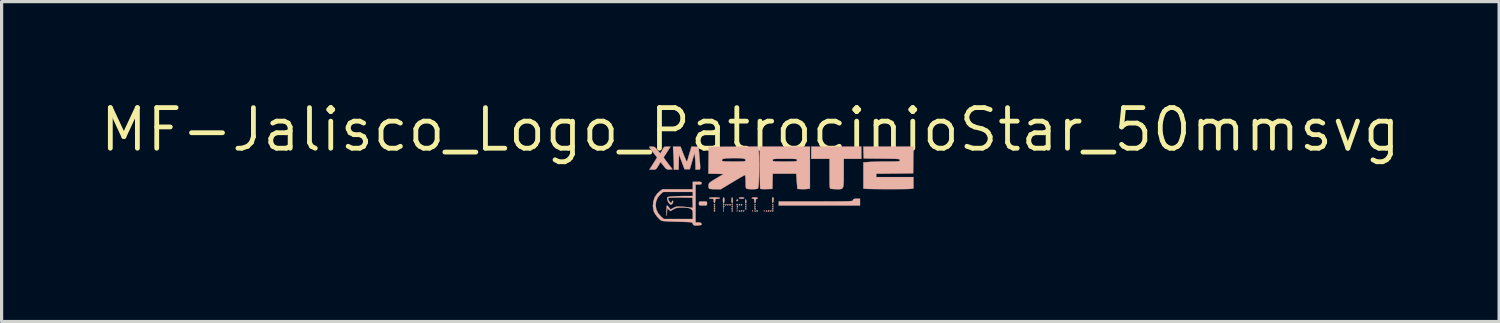
<source format=kicad_pcb>
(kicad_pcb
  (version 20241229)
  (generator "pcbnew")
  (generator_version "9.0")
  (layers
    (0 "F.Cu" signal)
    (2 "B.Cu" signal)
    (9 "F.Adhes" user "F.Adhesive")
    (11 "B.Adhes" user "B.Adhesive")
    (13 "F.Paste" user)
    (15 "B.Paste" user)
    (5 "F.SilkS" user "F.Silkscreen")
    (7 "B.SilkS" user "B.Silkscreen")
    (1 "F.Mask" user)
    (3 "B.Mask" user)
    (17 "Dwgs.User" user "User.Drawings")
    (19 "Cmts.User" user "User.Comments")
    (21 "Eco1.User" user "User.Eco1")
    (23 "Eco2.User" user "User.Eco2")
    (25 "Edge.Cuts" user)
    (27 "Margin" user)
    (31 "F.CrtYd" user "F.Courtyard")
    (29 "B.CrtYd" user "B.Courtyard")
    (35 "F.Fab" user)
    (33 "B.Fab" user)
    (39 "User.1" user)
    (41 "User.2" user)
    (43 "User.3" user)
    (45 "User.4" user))
  (footprint "MF-Jalisco_Logo_PatrocinioStar_50mmsvg"
    (layer "F.Cu")
    (at 20.418 1.006)
    (property "Reference" "MF-Jalisco_Logo_PatrocinioStar_50mmsvg" (at 0 0 0) (layer "F.SilkS") (effects (font (size 1.27 1.27) (thickness 0.15))))
    (attr through_hole)
    (fp_poly (pts (xy -0.833 2.462) (xy -0.83 2.488) (xy -0.833 2.491) (xy -0.845 2.488) (xy -0.847 2.477) (xy -0.839 2.459) (xy -0.833 2.462)) (stroke (width 0.01) (type solid)) (fill yes) (layer "B.SilkS"))
    (fp_poly (pts (xy -0.833 2.526) (xy -0.83 2.551) (xy -0.833 2.554) (xy -0.845 2.551) (xy -0.847 2.54) (xy -0.839 2.523) (xy -0.833 2.526)) (stroke (width 0.01) (type solid)) (fill yes) (layer "B.SilkS"))
    (fp_poly (pts (xy -0.409 2.462) (xy -0.407 2.488) (xy -0.409 2.491) (xy -0.422 2.488) (xy -0.423 2.477) (xy -0.416 2.459) (xy -0.409 2.462)) (stroke (width 0.01) (type solid)) (fill yes) (layer "B.SilkS"))
    (fp_poly (pts (xy -0.409 2.526) (xy -0.407 2.551) (xy -0.409 2.554) (xy -0.422 2.551) (xy -0.423 2.54) (xy -0.416 2.523) (xy -0.409 2.526)) (stroke (width 0.01) (type solid)) (fill yes) (layer "B.SilkS"))
    (fp_poly (pts (xy 0.078 2.526) (xy 0.08 2.551) (xy 0.078 2.554) (xy 0.065 2.551) (xy 0.064 2.54) (xy 0.071 2.523) (xy 0.078 2.526)) (stroke (width 0.01) (type solid)) (fill yes) (layer "B.SilkS"))
    (fp_poly (pts (xy 0.437 2.526) (xy 0.44 2.551) (xy 0.437 2.554) (xy 0.425 2.551) (xy 0.423 2.54) (xy 0.431 2.523) (xy 0.437 2.526)) (stroke (width 0.01) (type solid)) (fill yes) (layer "B.SilkS"))
    (fp_poly (pts (xy -0.384 2.206) (xy -0.396 2.225) (xy -0.422 2.235) (xy -0.432 2.226) (xy -0.43 2.197) (xy -0.422 2.19) (xy -0.392 2.185) (xy -0.384 2.206)) (stroke (width 0.01) (type solid)) (fill yes) (layer "B.SilkS"))
    (fp_poly (pts (xy -1.101 2.344) (xy -1.101 2.349) (xy -1.117 2.37) (xy -1.122 2.371) (xy -1.142 2.355) (xy -1.143 2.349) (xy -1.127 2.329) (xy -1.122 2.328) (xy -1.101 2.344)) (stroke (width 0.01) (type solid)) (fill yes) (layer "B.SilkS"))
    (fp_poly (pts (xy -1.101 2.408) (xy -1.101 2.413) (xy -1.117 2.434) (xy -1.122 2.434) (xy -1.142 2.418) (xy -1.143 2.413) (xy -1.127 2.392) (xy -1.122 2.392) (xy -1.101 2.408)) (stroke (width 0.01) (type solid)) (fill yes) (layer "B.SilkS"))
    (fp_poly (pts (xy -1.101 2.471) (xy -1.101 2.477) (xy -1.117 2.497) (xy -1.122 2.498) (xy -1.142 2.482) (xy -1.143 2.477) (xy -1.127 2.456) (xy -1.122 2.455) (xy -1.101 2.471)) (stroke (width 0.01) (type solid)) (fill yes) (layer "B.SilkS"))
    (fp_poly (pts (xy -1.101 2.535) (xy -1.101 2.54) (xy -1.117 2.561) (xy -1.122 2.561) (xy -1.142 2.545) (xy -1.143 2.54) (xy -1.127 2.519) (xy -1.122 2.519) (xy -1.101 2.535)) (stroke (width 0.01) (type solid)) (fill yes) (layer "B.SilkS"))
    (fp_poly (pts (xy -0.813 2.338) (xy -0.815 2.349) (xy -0.833 2.37) (xy -0.836 2.371) (xy -0.853 2.356) (xy -0.857 2.349) (xy -0.852 2.332) (xy -0.836 2.328) (xy -0.813 2.338)) (stroke (width 0.01) (type solid)) (fill yes) (layer "B.SilkS"))
    (fp_poly (pts (xy -0.813 2.402) (xy -0.815 2.413) (xy -0.833 2.433) (xy -0.836 2.434) (xy -0.853 2.419) (xy -0.857 2.413) (xy -0.852 2.395) (xy -0.836 2.392) (xy -0.813 2.402)) (stroke (width 0.01) (type solid)) (fill yes) (layer "B.SilkS"))
    (fp_poly (pts (xy -0.748 2.341) (xy -0.751 2.349) (xy -0.77 2.37) (xy -0.774 2.371) (xy -0.783 2.354) (xy -0.783 2.349) (xy -0.767 2.329) (xy -0.761 2.328) (xy -0.748 2.341)) (stroke (width 0.01) (type solid)) (fill yes) (layer "B.SilkS"))
    (fp_poly (pts (xy -0.685 2.341) (xy -0.688 2.349) (xy -0.707 2.37) (xy -0.71 2.371) (xy -0.719 2.354) (xy -0.72 2.349) (xy -0.703 2.329) (xy -0.697 2.328) (xy -0.685 2.341)) (stroke (width 0.01) (type solid)) (fill yes) (layer "B.SilkS"))
    (fp_poly (pts (xy -0.614 2.344) (xy -0.614 2.349) (xy -0.63 2.37) (xy -0.635 2.371) (xy -0.656 2.355) (xy -0.656 2.349) (xy -0.64 2.329) (xy -0.635 2.328) (xy -0.614 2.344)) (stroke (width 0.01) (type solid)) (fill yes) (layer "B.SilkS"))
    (fp_poly (pts (xy -0.551 2.344) (xy -0.55 2.349) (xy -0.558 2.37) (xy -0.56 2.371) (xy -0.578 2.356) (xy -0.582 2.349) (xy -0.58 2.33) (xy -0.573 2.328) (xy -0.551 2.344)) (stroke (width 0.01) (type solid)) (fill yes) (layer "B.SilkS"))
    (fp_poly (pts (xy -0.551 2.407) (xy -0.55 2.413) (xy -0.558 2.434) (xy -0.56 2.434) (xy -0.578 2.419) (xy -0.582 2.413) (xy -0.58 2.393) (xy -0.573 2.392) (xy -0.551 2.407)) (stroke (width 0.01) (type solid)) (fill yes) (layer "B.SilkS"))
    (fp_poly (pts (xy -0.551 2.471) (xy -0.55 2.477) (xy -0.566 2.497) (xy -0.572 2.498) (xy -0.592 2.482) (xy -0.593 2.477) (xy -0.577 2.456) (xy -0.572 2.455) (xy -0.551 2.471)) (stroke (width 0.01) (type solid)) (fill yes) (layer "B.SilkS"))
    (fp_poly (pts (xy -0.551 2.535) (xy -0.55 2.54) (xy -0.567 2.56) (xy -0.573 2.561) (xy -0.585 2.548) (xy -0.582 2.54) (xy -0.563 2.52) (xy -0.56 2.519) (xy -0.551 2.535)) (stroke (width 0.01) (type solid)) (fill yes) (layer "B.SilkS"))
    (fp_poly (pts (xy -0.39 2.338) (xy -0.392 2.349) (xy -0.41 2.37) (xy -0.413 2.371) (xy -0.43 2.356) (xy -0.434 2.349) (xy -0.429 2.332) (xy -0.413 2.328) (xy -0.39 2.338)) (stroke (width 0.01) (type solid)) (fill yes) (layer "B.SilkS"))
    (fp_poly (pts (xy -0.388 2.405) (xy -0.392 2.413) (xy -0.411 2.433) (xy -0.414 2.434) (xy -0.423 2.418) (xy -0.423 2.413) (xy -0.407 2.393) (xy -0.401 2.392) (xy -0.388 2.405)) (stroke (width 0.01) (type solid)) (fill yes) (layer "B.SilkS"))
    (fp_poly (pts (xy -0.339 2.529) (xy -0.318 2.548) (xy -0.318 2.552) (xy -0.334 2.561) (xy -0.339 2.561) (xy -0.359 2.545) (xy -0.36 2.539) (xy -0.347 2.526) (xy -0.339 2.529)) (stroke (width 0.01) (type solid)) (fill yes) (layer "B.SilkS"))
    (fp_poly (pts (xy -0.325 2.341) (xy -0.328 2.349) (xy -0.347 2.37) (xy -0.35 2.371) (xy -0.36 2.354) (xy -0.36 2.349) (xy -0.344 2.329) (xy -0.337 2.328) (xy -0.325 2.341)) (stroke (width 0.01) (type solid)) (fill yes) (layer "B.SilkS"))
    (fp_poly (pts (xy -0.255 2.344) (xy -0.254 2.349) (xy -0.27 2.37) (xy -0.275 2.371) (xy -0.296 2.355) (xy -0.296 2.349) (xy -0.28 2.329) (xy -0.275 2.328) (xy -0.255 2.344)) (stroke (width 0.01) (type solid)) (fill yes) (layer "B.SilkS"))
    (fp_poly (pts (xy -0.255 2.535) (xy -0.254 2.54) (xy -0.27 2.561) (xy -0.275 2.561) (xy -0.296 2.545) (xy -0.296 2.54) (xy -0.28 2.519) (xy -0.275 2.519) (xy -0.255 2.535)) (stroke (width 0.01) (type solid)) (fill yes) (layer "B.SilkS"))
    (fp_poly (pts (xy -0.191 2.535) (xy -0.191 2.54) (xy -0.207 2.56) (xy -0.213 2.561) (xy -0.226 2.548) (xy -0.222 2.54) (xy -0.203 2.52) (xy -0.2 2.519) (xy -0.191 2.535)) (stroke (width 0.01) (type solid)) (fill yes) (layer "B.SilkS"))
    (fp_poly (pts (xy -0.128 2.344) (xy -0.127 2.349) (xy -0.134 2.37) (xy -0.136 2.371) (xy -0.154 2.356) (xy -0.159 2.349) (xy -0.157 2.33) (xy -0.149 2.328) (xy -0.128 2.344)) (stroke (width 0.01) (type solid)) (fill yes) (layer "B.SilkS"))
    (fp_poly (pts (xy -0.128 2.407) (xy -0.127 2.413) (xy -0.134 2.434) (xy -0.136 2.434) (xy -0.154 2.419) (xy -0.159 2.413) (xy -0.157 2.393) (xy -0.149 2.392) (xy -0.128 2.407)) (stroke (width 0.01) (type solid)) (fill yes) (layer "B.SilkS"))
    (fp_poly (pts (xy -0.128 2.471) (xy -0.127 2.477) (xy -0.134 2.497) (xy -0.136 2.498) (xy -0.154 2.483) (xy -0.159 2.477) (xy -0.157 2.457) (xy -0.149 2.455) (xy -0.128 2.471)) (stroke (width 0.01) (type solid)) (fill yes) (layer "B.SilkS"))
    (fp_poly (pts (xy 0.148 2.529) (xy 0.168 2.548) (xy 0.169 2.552) (xy 0.153 2.561) (xy 0.148 2.561) (xy 0.128 2.545) (xy 0.127 2.539) (xy 0.14 2.526) (xy 0.148 2.529)) (stroke (width 0.01) (type solid)) (fill yes) (layer "B.SilkS"))
    (fp_poly (pts (xy 0.162 2.341) (xy 0.159 2.349) (xy 0.14 2.37) (xy 0.136 2.371) (xy 0.127 2.354) (xy 0.127 2.349) (xy 0.143 2.329) (xy 0.149 2.328) (xy 0.162 2.341)) (stroke (width 0.01) (type solid)) (fill yes) (layer "B.SilkS"))
    (fp_poly (pts (xy 0.162 2.405) (xy 0.159 2.413) (xy 0.14 2.433) (xy 0.136 2.434) (xy 0.127 2.418) (xy 0.127 2.413) (xy 0.143 2.393) (xy 0.149 2.392) (xy 0.162 2.405)) (stroke (width 0.01) (type solid)) (fill yes) (layer "B.SilkS"))
    (fp_poly (pts (xy 0.169 2.471) (xy 0.169 2.477) (xy 0.153 2.497) (xy 0.148 2.498) (xy 0.128 2.482) (xy 0.127 2.477) (xy 0.143 2.456) (xy 0.148 2.455) (xy 0.169 2.471)) (stroke (width 0.01) (type solid)) (fill yes) (layer "B.SilkS"))
    (fp_poly (pts (xy 0.232 2.535) (xy 0.233 2.54) (xy 0.217 2.561) (xy 0.212 2.561) (xy 0.191 2.545) (xy 0.191 2.54) (xy 0.207 2.519) (xy 0.212 2.519) (xy 0.232 2.535)) (stroke (width 0.01) (type solid)) (fill yes) (layer "B.SilkS"))
    (fp_poly (pts (xy 0.508 2.529) (xy 0.528 2.548) (xy 0.529 2.552) (xy 0.513 2.561) (xy 0.508 2.561) (xy 0.488 2.545) (xy 0.487 2.539) (xy 0.5 2.526) (xy 0.508 2.529)) (stroke (width 0.01) (type solid)) (fill yes) (layer "B.SilkS"))
    (fp_poly (pts (xy 0.592 2.535) (xy 0.593 2.54) (xy 0.577 2.561) (xy 0.572 2.561) (xy 0.551 2.545) (xy 0.55 2.54) (xy 0.566 2.519) (xy 0.572 2.519) (xy 0.592 2.535)) (stroke (width 0.01) (type solid)) (fill yes) (layer "B.SilkS"))
    (fp_poly (pts (xy 0.656 2.535) (xy 0.656 2.54) (xy 0.64 2.56) (xy 0.634 2.561) (xy 0.621 2.548) (xy 0.624 2.54) (xy 0.643 2.52) (xy 0.647 2.519) (xy 0.656 2.535)) (stroke (width 0.01) (type solid)) (fill yes) (layer "B.SilkS"))
    (fp_poly (pts (xy 0.719 2.344) (xy 0.72 2.349) (xy 0.712 2.37) (xy 0.71 2.371) (xy 0.692 2.356) (xy 0.688 2.349) (xy 0.69 2.33) (xy 0.697 2.328) (xy 0.719 2.344)) (stroke (width 0.01) (type solid)) (fill yes) (layer "B.SilkS"))
    (fp_poly (pts (xy 0.719 2.407) (xy 0.72 2.413) (xy 0.712 2.434) (xy 0.71 2.434) (xy 0.692 2.419) (xy 0.688 2.413) (xy 0.69 2.393) (xy 0.697 2.392) (xy 0.719 2.407)) (stroke (width 0.01) (type solid)) (fill yes) (layer "B.SilkS"))
    (fp_poly (pts (xy 0.719 2.471) (xy 0.72 2.477) (xy 0.704 2.497) (xy 0.699 2.498) (xy 0.678 2.482) (xy 0.677 2.477) (xy 0.693 2.456) (xy 0.699 2.455) (xy 0.719 2.471)) (stroke (width 0.01) (type solid)) (fill yes) (layer "B.SilkS"))
    (fp_poly (pts (xy 0.719 2.535) (xy 0.72 2.54) (xy 0.703 2.56) (xy 0.697 2.561) (xy 0.685 2.548) (xy 0.688 2.54) (xy 0.707 2.52) (xy 0.71 2.519) (xy 0.719 2.535)) (stroke (width 0.01) (type solid)) (fill yes) (layer "B.SilkS"))
    (fp_poly (pts (xy -0.133 2.199) (xy -0.127 2.243) (xy -0.127 2.244) (xy -0.131 2.29) (xy -0.141 2.31) (xy -0.151 2.302) (xy -0.159 2.265) (xy -0.159 2.22) (xy -0.153 2.187) (xy -0.147 2.18) (xy -0.133 2.199)) (stroke (width 0.01) (type solid)) (fill yes) (layer "B.SilkS"))
    (fp_poly (pts (xy -0.821 2.135) (xy -0.813 2.179) (xy -0.813 2.232) (xy -0.821 2.279) (xy -0.832 2.3) (xy -0.848 2.307) (xy -0.848 2.305) (xy -0.857 2.236) (xy -0.857 2.173) (xy -0.849 2.13) (xy -0.836 2.117) (xy -0.821 2.135)) (stroke (width 0.01) (type solid)) (fill yes) (layer "B.SilkS"))
    (fp_poly (pts (xy -0.559 2.136) (xy -0.551 2.183) (xy -0.55 2.212) (xy -0.553 2.28) (xy -0.562 2.306) (xy -0.576 2.293) (xy -0.577 2.291) (xy -0.587 2.254) (xy -0.59 2.202) (xy -0.586 2.152) (xy -0.578 2.12) (xy -0.572 2.117) (xy -0.559 2.136)) (stroke (width 0.01) (type solid)) (fill yes) (layer "B.SilkS"))
    (fp_poly (pts (xy -0.222 2.121) (xy -0.193 2.133) (xy -0.191 2.138) (xy -0.209 2.151) (xy -0.256 2.158) (xy -0.275 2.159) (xy -0.328 2.154) (xy -0.358 2.143) (xy -0.36 2.138) (xy -0.341 2.125) (xy -0.294 2.117) (xy -0.275 2.117) (xy -0.222 2.121)) (stroke (width 0.01) (type solid)) (fill yes) (layer "B.SilkS"))
    (fp_poly (pts (xy 0.723 2.13) (xy 0.725 2.133) (xy 0.728 2.161) (xy 0.724 2.206) (xy 0.716 2.254) (xy 0.707 2.289) (xy 0.698 2.298) (xy 0.697 2.297) (xy 0.686 2.259) (xy 0.681 2.207) (xy 0.682 2.156) (xy 0.69 2.122) (xy 0.697 2.117) (xy 0.723 2.13)) (stroke (width 0.01) (type solid)) (fill yes) (layer "B.SilkS"))
    (fp_poly (pts (xy -1.411 2.244) (xy -1.373 2.25) (xy -1.358 2.266) (xy -1.355 2.297) (xy -1.355 2.307) (xy -1.356 2.342) (xy -1.368 2.361) (xy -1.4 2.369) (xy -1.461 2.371) (xy -1.482 2.371) (xy -1.552 2.37) (xy -1.59 2.364) (xy -1.605 2.348) (xy -1.609 2.317) (xy -1.609 2.307) (xy -1.607 2.272) (xy -1.595 2.253) (xy -1.564 2.245) (xy -1.502 2.244) (xy -1.482 2.244) (xy -1.411 2.244)) (stroke (width 0.01) (type solid)) (fill yes) (layer "B.SilkS"))
    (fp_poly (pts (xy 0.194 2.121) (xy 0.228 2.132) (xy 0.233 2.138) (xy 0.216 2.157) (xy 0.201 2.159) (xy 0.173 2.177) (xy 0.165 2.23) (xy 0.167 2.258) (xy 0.155 2.291) (xy 0.149 2.296) (xy 0.134 2.288) (xy 0.127 2.244) (xy 0.127 2.234) (xy 0.122 2.183) (xy 0.105 2.162) (xy 0.085 2.159) (xy 0.05 2.15) (xy 0.042 2.138) (xy 0.061 2.125) (xy 0.109 2.118) (xy 0.138 2.117) (xy 0.194 2.121)) (stroke (width 0.01) (type solid)) (fill yes) (layer "B.SilkS"))
    (fp_poly (pts (xy 3.429 2.371) (xy 0.889 2.371) (xy 0.889 2.244) (xy 2.045 2.244) (xy 2.295 2.244) (xy 2.506 2.243) (xy 2.682 2.243) (xy 2.825 2.242) (xy 2.94 2.241) (xy 3.028 2.239) (xy 3.095 2.236) (xy 3.142 2.233) (xy 3.174 2.228) (xy 3.194 2.222) (xy 3.204 2.215) (xy 3.209 2.207) (xy 3.211 2.201) (xy 3.225 2.175) (xy 3.258 2.162) (xy 3.32 2.159) (xy 3.326 2.159) (xy 3.429 2.159) (xy 3.429 2.371)) (stroke (width 0.01) (type solid)) (fill yes) (layer "B.SilkS"))
    (fp_poly (pts (xy -1.038 2.119) (xy -0.979 2.126) (xy -0.953 2.136) (xy -0.953 2.138) (xy -0.971 2.152) (xy -1.017 2.159) (xy -1.027 2.159) (xy -1.076 2.163) (xy -1.097 2.18) (xy -1.101 2.221) (xy -1.107 2.27) (xy -1.122 2.297) (xy -1.136 2.288) (xy -1.143 2.245) (xy -1.143 2.234) (xy -1.146 2.184) (xy -1.164 2.163) (xy -1.209 2.159) (xy -1.217 2.159) (xy -1.266 2.154) (xy -1.291 2.141) (xy -1.291 2.138) (xy -1.271 2.127) (xy -1.217 2.12) (xy -1.137 2.117) (xy -1.122 2.117) (xy -1.038 2.119)) (stroke (width 0.01) (type solid)) (fill yes) (layer "B.SilkS"))
    (fp_poly (pts (xy 3.471 0.91) (xy 2.921 0.91) (xy 2.921 1.353) (xy 2.921 1.513) (xy 2.919 1.635) (xy 2.914 1.725) (xy 2.903 1.788) (xy 2.884 1.828) (xy 2.855 1.85) (xy 2.814 1.859) (xy 2.758 1.861) (xy 2.703 1.86) (xy 2.622 1.858) (xy 2.554 1.853) (xy 2.514 1.848) (xy 2.514 1.848) (xy 2.501 1.842) (xy 2.492 1.827) (xy 2.486 1.798) (xy 2.481 1.749) (xy 2.478 1.676) (xy 2.477 1.574) (xy 2.477 1.436) (xy 2.477 1.374) (xy 2.477 0.91) (xy 1.905 0.91) (xy 1.905 0.529) (xy 3.471 0.529) (xy 3.471 0.91)) (stroke (width 0.01) (type solid)) (fill yes) (layer "B.SilkS"))
    (fp_poly (pts (xy -1.619 0.54) (xy -1.595 0.836) (xy -1.583 0.978) (xy -1.574 1.083) (xy -1.57 1.157) (xy -1.571 1.205) (xy -1.577 1.233) (xy -1.588 1.246) (xy -1.607 1.249) (xy -1.633 1.249) (xy -1.64 1.249) (xy -1.714 1.249) (xy -1.717 1.106) (xy -1.72 1.009) (xy -1.727 0.908) (xy -1.732 0.847) (xy -1.746 0.73) (xy -1.82 0.984) (xy -1.895 1.238) (xy -2.058 1.238) (xy -2.145 1.005) (xy -2.233 0.773) (xy -2.245 1.249) (xy -2.392 1.249) (xy -2.392 1.127) (xy -2.393 1.054) (xy -2.397 0.954) (xy -2.402 0.842) (xy -2.406 0.767) (xy -2.419 0.529) (xy -2.184 0.529) (xy -2.094 0.762) (xy -2.057 0.853) (xy -2.025 0.927) (xy -2.001 0.977) (xy -1.988 0.995) (xy -1.973 0.977) (xy -1.959 0.937) (xy -1.947 0.89) (xy -1.926 0.816) (xy -1.9 0.729) (xy -1.892 0.703) (xy -1.839 0.527) (xy -1.619 0.54)) (stroke (width 0.01) (type solid)) (fill yes) (layer "B.SilkS"))
    (fp_poly (pts (xy 5.096 0.947) (xy 5.091 1.365) (xy 4.514 1.371) (xy 3.937 1.377) (xy 3.937 1.482) (xy 5.101 1.482) (xy 5.101 1.836) (xy 5.022 1.849) (xy 4.982 1.852) (xy 4.906 1.855) (xy 4.8 1.857) (xy 4.673 1.858) (xy 4.529 1.859) (xy 4.376 1.859) (xy 4.22 1.859) (xy 4.067 1.858) (xy 3.925 1.857) (xy 3.799 1.855) (xy 3.697 1.853) (xy 3.625 1.85) (xy 3.593 1.848) (xy 3.535 1.839) (xy 3.535 1.022) (xy 3.729 1.009) (xy 3.817 1.004) (xy 3.935 1) (xy 4.072 0.997) (xy 4.214 0.995) (xy 4.3 0.995) (xy 4.435 0.995) (xy 4.533 0.994) (xy 4.601 0.991) (xy 4.643 0.986) (xy 4.666 0.979) (xy 4.676 0.968) (xy 4.678 0.953) (xy 4.678 0.953) (xy 4.676 0.94) (xy 4.669 0.93) (xy 4.65 0.923) (xy 4.616 0.917) (xy 4.562 0.913) (xy 4.483 0.91) (xy 4.374 0.908) (xy 4.23 0.906) (xy 4.112 0.905) (xy 3.545 0.9) (xy 3.533 0.529) (xy 5.102 0.529) (xy 5.096 0.947)) (stroke (width 0.01) (type solid)) (fill yes) (layer "B.SilkS"))
    (fp_poly (pts (xy -2.574 0.651) (xy -2.618 0.72) (xy -2.657 0.78) (xy -2.68 0.814) (xy -2.703 0.852) (xy -2.709 0.87) (xy -2.697 0.891) (xy -2.664 0.938) (xy -2.616 1.003) (xy -2.572 1.061) (xy -2.435 1.238) (xy -2.524 1.245) (xy -2.57 1.247) (xy -2.604 1.24) (xy -2.637 1.22) (xy -2.676 1.179) (xy -2.728 1.113) (xy -2.753 1.081) (xy -2.806 1.01) (xy -2.879 1.129) (xy -2.919 1.193) (xy -2.949 1.229) (xy -2.981 1.245) (xy -3.027 1.249) (xy -3.055 1.249) (xy -3.159 1.249) (xy -3.12 1.191) (xy -3.09 1.143) (xy -3.046 1.074) (xy -2.999 1) (xy -2.917 0.868) (xy -3.028 0.725) (xy -3.081 0.657) (xy -3.126 0.599) (xy -3.155 0.562) (xy -3.16 0.556) (xy -3.163 0.539) (xy -3.135 0.531) (xy -3.086 0.529) (xy -3.033 0.532) (xy -2.994 0.545) (xy -2.956 0.577) (xy -2.907 0.634) (xy -2.905 0.636) (xy -2.818 0.743) (xy -2.786 0.694) (xy -2.753 0.637) (xy -2.729 0.587) (xy -2.708 0.552) (xy -2.678 0.535) (xy -2.625 0.529) (xy -2.599 0.529) (xy -2.496 0.529) (xy -2.574 0.651)) (stroke (width 0.01) (type solid)) (fill yes) (layer "B.SilkS"))
    (fp_poly (pts (xy 1.863 1.84) (xy 1.794 1.852) (xy 1.734 1.858) (xy 1.653 1.86) (xy 1.598 1.859) (xy 1.471 1.852) (xy 1.452 1.614) (xy 1.434 1.376) (xy 0.7 1.376) (xy 0.694 1.614) (xy 0.688 1.852) (xy 0.507 1.858) (xy 0.423 1.859) (xy 0.356 1.857) (xy 0.317 1.852) (xy 0.311 1.849) (xy 0.308 1.825) (xy 0.304 1.764) (xy 0.301 1.671) (xy 0.299 1.552) (xy 0.297 1.411) (xy 0.296 1.254) (xy 0.296 1.182) (xy 0.296 0.953) (xy 0.699 0.953) (xy 0.7 0.968) (xy 0.71 0.979) (xy 0.732 0.986) (xy 0.773 0.991) (xy 0.839 0.993) (xy 0.936 0.995) (xy 1.069 0.995) (xy 1.079 0.995) (xy 1.215 0.995) (xy 1.314 0.994) (xy 1.382 0.991) (xy 1.425 0.987) (xy 1.448 0.979) (xy 1.458 0.968) (xy 1.46 0.954) (xy 1.46 0.953) (xy 1.459 0.937) (xy 1.449 0.926) (xy 1.427 0.919) (xy 1.386 0.914) (xy 1.32 0.912) (xy 1.223 0.91) (xy 1.09 0.91) (xy 1.079 0.91) (xy 0.944 0.91) (xy 0.845 0.911) (xy 0.777 0.914) (xy 0.734 0.918) (xy 0.711 0.926) (xy 0.701 0.937) (xy 0.699 0.951) (xy 0.699 0.953) (xy 0.296 0.953) (xy 0.296 0.529) (xy 1.863 0.529) (xy 1.863 1.84)) (stroke (width 0.01) (type solid)) (fill yes) (layer "B.SilkS"))
    (fp_poly (pts (xy 0.265 0.733) (xy 0.27 0.82) (xy 0.272 0.938) (xy 0.274 1.077) (xy 0.273 1.226) (xy 0.271 1.375) (xy 0.271 1.381) (xy 0.267 1.536) (xy 0.262 1.653) (xy 0.257 1.737) (xy 0.25 1.794) (xy 0.242 1.828) (xy 0.231 1.843) (xy 0.231 1.843) (xy 0.193 1.853) (xy 0.127 1.86) (xy 0.048 1.862) (xy -0.029 1.859) (xy -0.091 1.852) (xy -0.101 1.849) (xy -0.122 1.841) (xy -0.136 1.825) (xy -0.144 1.792) (xy -0.147 1.736) (xy -0.148 1.646) (xy -0.148 1.627) (xy -0.15 1.538) (xy -0.155 1.468) (xy -0.163 1.426) (xy -0.168 1.418) (xy -0.191 1.429) (xy -0.245 1.458) (xy -0.324 1.502) (xy -0.421 1.559) (xy -0.532 1.625) (xy -0.557 1.64) (xy -0.927 1.863) (xy -1.093 1.862) (xy -1.176 1.86) (xy -1.243 1.854) (xy -1.284 1.846) (xy -1.287 1.844) (xy -1.306 1.809) (xy -1.309 1.745) (xy -1.304 1.71) (xy -1.294 1.683) (xy -1.272 1.656) (xy -1.231 1.624) (xy -1.166 1.583) (xy -1.071 1.525) (xy -1.07 1.525) (xy -0.838 1.386) (xy -1.075 1.38) (xy -1.313 1.374) (xy -1.307 0.955) (xy -0.889 0.955) (xy -0.887 0.97) (xy -0.875 0.98) (xy -0.85 0.987) (xy -0.803 0.991) (xy -0.731 0.994) (xy -0.627 0.995) (xy -0.519 0.995) (xy -0.385 0.995) (xy -0.288 0.993) (xy -0.222 0.991) (xy -0.181 0.986) (xy -0.158 0.978) (xy -0.15 0.967) (xy -0.148 0.955) (xy -0.157 0.93) (xy -0.185 0.912) (xy -0.238 0.9) (xy -0.322 0.892) (xy -0.44 0.889) (xy -0.505 0.889) (xy -0.648 0.891) (xy -0.753 0.896) (xy -0.824 0.906) (xy -0.868 0.921) (xy -0.887 0.942) (xy -0.889 0.955) (xy -1.307 0.955) (xy -1.302 0.54) (xy -0.526 0.534) (xy 0.25 0.529) (xy 0.265 0.733)) (stroke (width 0.01) (type solid)) (fill yes) (layer "B.SilkS"))
    (fp_poly (pts (xy -1.587 1.631) (xy -1.546 1.637) (xy -1.528 1.65) (xy -1.524 1.672) (xy -1.53 1.699) (xy -1.556 1.711) (xy -1.612 1.714) (xy -1.619 1.714) (xy -1.714 1.714) (xy -1.714 2.9) (xy -1.629 2.9) (xy -1.561 2.908) (xy -1.531 2.932) (xy -1.525 2.966) (xy -1.528 2.975) (xy -1.556 2.984) (xy -1.611 2.991) (xy -1.674 2.996) (xy -1.731 2.996) (xy -1.761 2.992) (xy -1.792 2.965) (xy -1.803 2.936) (xy -1.806 2.92) (xy -1.815 2.909) (xy -1.834 2.9) (xy -1.869 2.894) (xy -1.925 2.889) (xy -2.008 2.886) (xy -2.122 2.882) (xy -2.274 2.879) (xy -2.275 2.879) (xy -2.462 2.873) (xy -2.607 2.866) (xy -2.71 2.858) (xy -2.771 2.848) (xy -2.787 2.842) (xy -2.847 2.794) (xy -2.914 2.722) (xy -2.973 2.641) (xy -3.015 2.566) (xy -3.023 2.544) (xy -3.048 2.396) (xy -3.045 2.363) (xy -2.963 2.363) (xy -2.943 2.489) (xy -2.887 2.609) (xy -2.797 2.715) (xy -2.709 2.794) (xy -1.799 2.794) (xy -1.799 2.656) (xy -1.8 2.581) (xy -1.807 2.535) (xy -1.825 2.507) (xy -1.858 2.483) (xy -1.868 2.476) (xy -1.914 2.454) (xy -1.97 2.441) (xy -2.048 2.435) (xy -2.123 2.434) (xy -2.219 2.436) (xy -2.287 2.442) (xy -2.339 2.457) (xy -2.39 2.481) (xy -2.405 2.49) (xy -2.5 2.545) (xy -2.551 2.498) (xy -2.601 2.45) (xy -2.609 2.595) (xy -2.612 2.663) (xy -2.615 2.694) (xy -2.617 2.688) (xy -2.618 2.644) (xy -2.62 2.559) (xy -2.621 2.556) (xy -2.621 2.473) (xy -2.617 2.41) (xy -2.611 2.375) (xy -2.607 2.371) (xy -2.585 2.386) (xy -2.551 2.424) (xy -2.543 2.435) (xy -2.496 2.498) (xy -2.407 2.448) (xy -2.364 2.426) (xy -2.324 2.412) (xy -2.277 2.406) (xy -2.212 2.406) (xy -2.117 2.411) (xy -2.095 2.412) (xy -1.999 2.42) (xy -1.916 2.429) (xy -1.857 2.438) (xy -1.835 2.443) (xy -1.816 2.449) (xy -1.806 2.438) (xy -1.801 2.404) (xy -1.802 2.339) (xy -1.804 2.294) (xy -1.81 2.127) (xy -2.17 2.122) (xy -2.29 2.121) (xy -2.397 2.123) (xy -2.483 2.126) (xy -2.54 2.131) (xy -2.559 2.136) (xy -2.574 2.154) (xy -2.567 2.185) (xy -2.541 2.231) (xy -2.504 2.279) (xy -2.474 2.294) (xy -2.457 2.273) (xy -2.455 2.253) (xy -2.443 2.226) (xy -2.434 2.223) (xy -2.415 2.238) (xy -2.419 2.275) (xy -2.44 2.315) (xy -2.475 2.34) (xy -2.499 2.339) (xy -2.539 2.307) (xy -2.575 2.25) (xy -2.599 2.187) (xy -2.603 2.154) (xy -2.601 2.127) (xy -2.587 2.111) (xy -2.554 2.1) (xy -2.492 2.092) (xy -2.442 2.088) (xy -2.349 2.082) (xy -2.233 2.078) (xy -2.11 2.075) (xy -2.039 2.074) (xy -1.799 2.074) (xy -1.799 1.947) (xy -2.729 1.947) (xy -2.807 2.016) (xy -2.895 2.119) (xy -2.947 2.237) (xy -2.963 2.363) (xy -3.045 2.363) (xy -3.036 2.25) (xy -2.99 2.115) (xy -2.912 1.998) (xy -2.84 1.932) (xy -2.748 1.863) (xy -1.799 1.863) (xy -1.799 1.63) (xy -1.662 1.63) (xy -1.587 1.631)) (stroke (width 0.01) (type solid)) (fill yes) (layer "B.SilkS")))
  (gr_rect
    (start -3 -3)
    (end 43.836 7.007)
    (stroke (width 0.1) (type default))
    (fill no)
    (layer "Edge.Cuts")))
</source>
